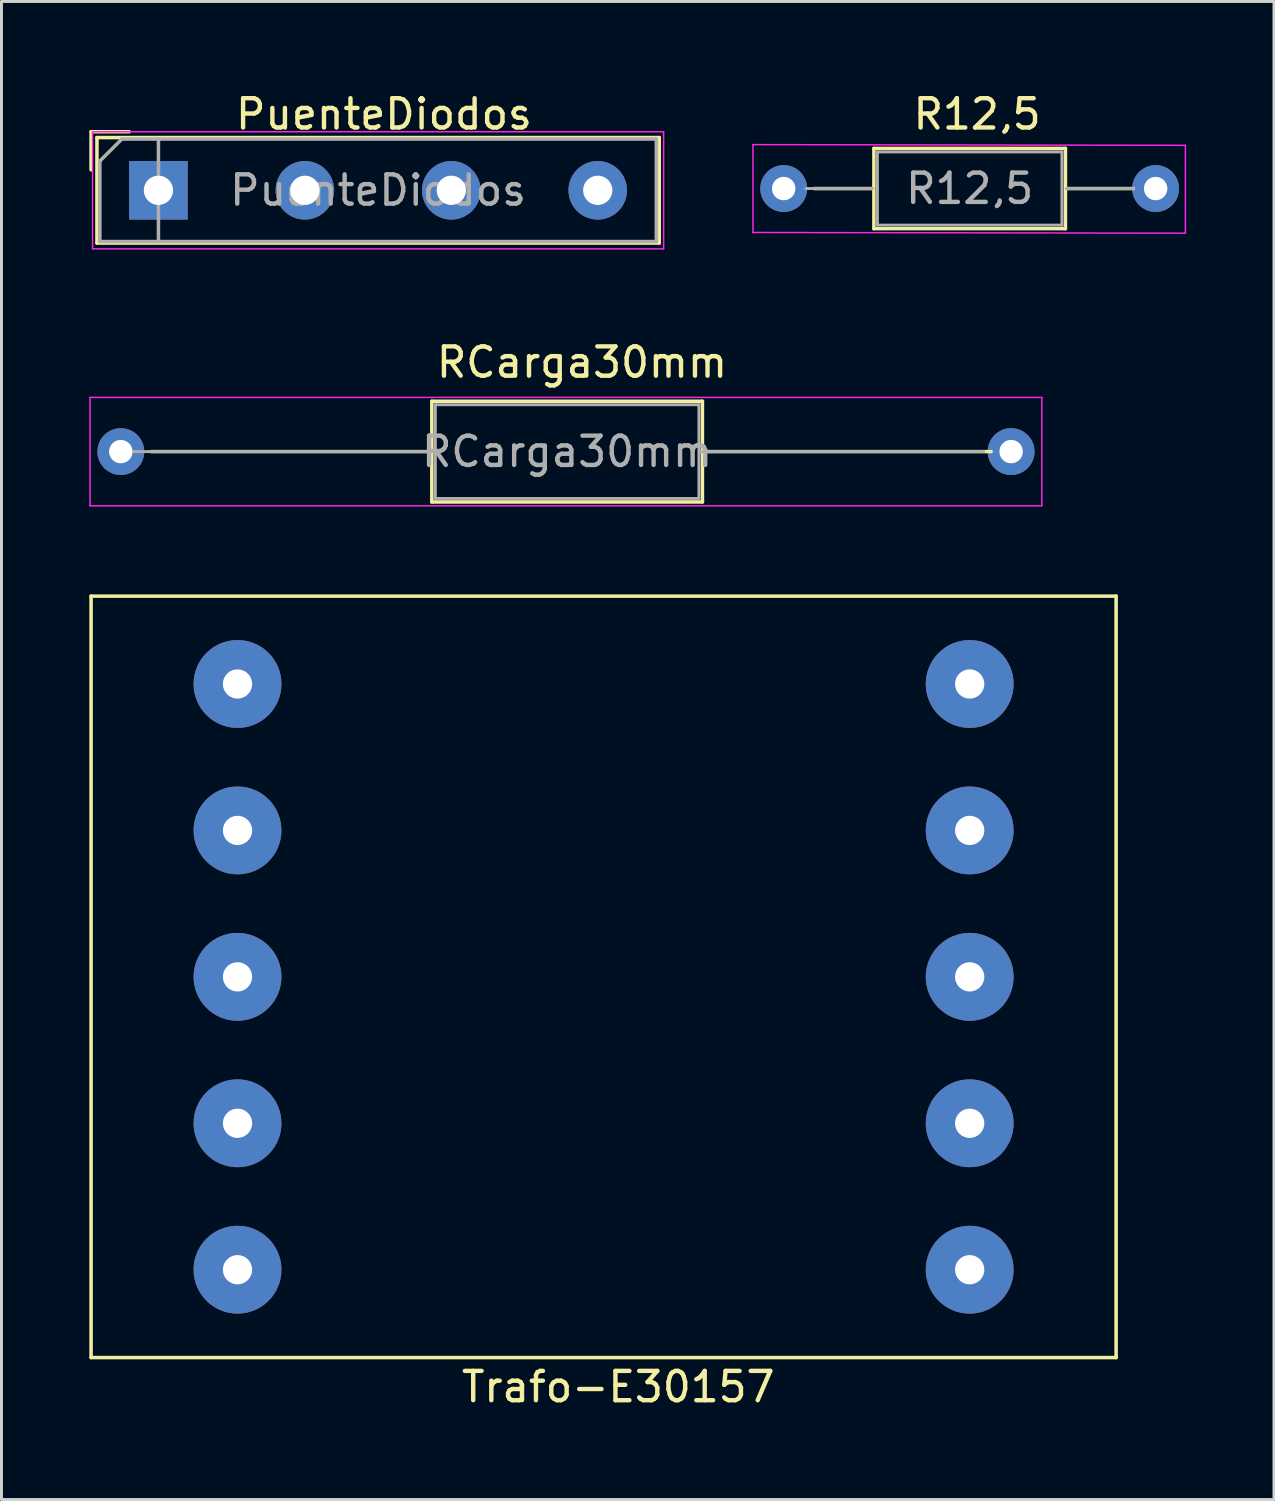
<source format=kicad_pcb>
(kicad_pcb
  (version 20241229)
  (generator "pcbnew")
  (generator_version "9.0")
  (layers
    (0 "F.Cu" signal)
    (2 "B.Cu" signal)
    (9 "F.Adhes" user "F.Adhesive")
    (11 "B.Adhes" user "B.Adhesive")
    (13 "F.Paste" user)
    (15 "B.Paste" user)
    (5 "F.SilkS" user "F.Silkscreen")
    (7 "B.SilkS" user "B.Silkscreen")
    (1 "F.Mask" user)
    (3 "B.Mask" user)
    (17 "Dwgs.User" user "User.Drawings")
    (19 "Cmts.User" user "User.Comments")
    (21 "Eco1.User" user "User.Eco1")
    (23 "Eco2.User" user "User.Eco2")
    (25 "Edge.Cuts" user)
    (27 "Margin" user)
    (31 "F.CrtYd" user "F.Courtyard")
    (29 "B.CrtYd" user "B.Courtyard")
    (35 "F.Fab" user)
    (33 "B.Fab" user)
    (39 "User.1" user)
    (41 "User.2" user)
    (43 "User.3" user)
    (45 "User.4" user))
  (footprint "RCarga30mm"
    (layer "F.Cu")
    (at 1.075 12.37)
    (property "Reference" "RCarga30mm" (at 15.748 -3.048 0) (layer "F.SilkS") (effects (font (size 1 1) (thickness 0.15))))
    (attr through_hole)
    (fp_line (start 1.04 0) (end 10.668 0) (stroke (width 0.12) (type solid)) (layer "F.SilkS"))
    (fp_line (start 10.62 -1.72) (end 10.62 1.72) (stroke (width 0.12) (type solid)) (layer "F.SilkS"))
    (fp_line (start 10.62 1.72) (end 19.86 1.72) (stroke (width 0.12) (type solid)) (layer "F.SilkS"))
    (fp_line (start 19.86 -1.72) (end 10.62 -1.72) (stroke (width 0.12) (type solid)) (layer "F.SilkS"))
    (fp_line (start 19.86 1.72) (end 19.86 -1.72) (stroke (width 0.12) (type solid)) (layer "F.SilkS"))
    (fp_line (start 29.718 0) (end 19.812 0) (stroke (width 0.12) (type solid)) (layer "F.SilkS"))
    (fp_line (start -1.05 -1.85) (end -1.05 1.85) (stroke (width 0.05) (type solid)) (layer "F.CrtYd"))
    (fp_line (start -1.05 1.85) (end 31.45 1.85) (stroke (width 0.05) (type solid)) (layer "F.CrtYd"))
    (fp_line (start 31.45 -1.85) (end -1.05 -1.85) (stroke (width 0.05) (type solid)) (layer "F.CrtYd"))
    (fp_line (start 31.45 1.85) (end 31.45 -1.85) (stroke (width 0.05) (type solid)) (layer "F.CrtYd"))
    (fp_line (start 0 0) (end 10.668 0) (stroke (width 0.1) (type solid)) (layer "F.Fab"))
    (fp_line (start 10.74 -1.6) (end 10.74 1.6) (stroke (width 0.1) (type solid)) (layer "F.Fab"))
    (fp_line (start 10.74 1.6) (end 19.74 1.6) (stroke (width 0.1) (type solid)) (layer "F.Fab"))
    (fp_line (start 19.74 -1.6) (end 10.74 -1.6) (stroke (width 0.1) (type solid)) (layer "F.Fab"))
    (fp_line (start 19.74 1.6) (end 19.74 -1.6) (stroke (width 0.1) (type solid)) (layer "F.Fab"))
    (fp_line (start 29.464 0) (end 19.812 0) (stroke (width 0.1) (type solid)) (layer "F.Fab"))
    (fp_text user "${REFERENCE}" (at 15.24 0 0) (layer "F.Fab") (effects (font (size 1 1) (thickness 0.15))))
    (pad "1" thru_hole circle (at 0 0) (size 1.6 1.6) (drill 0.8) (layers "*.Cu" "*.Mask"))
    (pad "2" thru_hole oval (at 30.4 0) (size 1.6 1.6) (drill 0.8) (layers "*.Cu" "*.Mask")))
  (footprint "PuenteDiodos"
    (layer "F.Cu")
    (at 2.36 3.448)
    (property "Reference" "PuenteDiodos" (at 7.7 -2.6 180) (layer "F.SilkS") (effects (font (size 1 1) (thickness 0.15))))
    (attr through_hole)
    (fp_line (start -2.3 -2) (end -1 -2) (stroke (width 0.12) (type solid)) (layer "F.SilkS"))
    (fp_line (start -2.3 -0.7) (end -2.3 -2) (stroke (width 0.12) (type solid)) (layer "F.SilkS"))
    (fp_line (start -2.1 -1.8) (end 17.1 -1.8) (stroke (width 0.12) (type solid)) (layer "F.SilkS"))
    (fp_line (start -2.1 1.8) (end -2.1 -1.8) (stroke (width 0.12) (type solid)) (layer "F.SilkS"))
    (fp_line (start 17.1 -1.8) (end 17.1 1.8) (stroke (width 0.12) (type solid)) (layer "F.SilkS"))
    (fp_line (start 17.1 1.8) (end -2.1 1.8) (stroke (width 0.12) (type solid)) (layer "F.SilkS"))
    (fp_line (start -2.25 -2) (end -2.25 2) (stroke (width 0.05) (type solid)) (layer "F.CrtYd"))
    (fp_line (start -2.25 -2) (end 17.25 -2) (stroke (width 0.05) (type solid)) (layer "F.CrtYd"))
    (fp_line (start 17.25 2) (end -2.25 2) (stroke (width 0.05) (type solid)) (layer "F.CrtYd"))
    (fp_line (start 17.25 2) (end 17.25 -2) (stroke (width 0.05) (type solid)) (layer "F.CrtYd"))
    (fp_line (start -2 -1) (end -1.25 -1.75) (stroke (width 0.12) (type solid)) (layer "F.Fab"))
    (fp_line (start -2 1.75) (end -2 -1) (stroke (width 0.12) (type solid)) (layer "F.Fab"))
    (fp_line (start -1.25 -1.75) (end 17 -1.75) (stroke (width 0.12) (type solid)) (layer "F.Fab"))
    (fp_line (start 0 -1.75) (end 0 1.75) (stroke (width 0.12) (type solid)) (layer "F.Fab"))
    (fp_line (start 17 -1.75) (end 17 1.75) (stroke (width 0.12) (type solid)) (layer "F.Fab"))
    (fp_line (start 17 1.75) (end -2 1.75) (stroke (width 0.12) (type solid)) (layer "F.Fab"))
    (fp_text user "${REFERENCE}" (at 7.5 0 180) (layer "F.Fab") (effects (font (size 1 1) (thickness 0.15))))
    (pad "1" thru_hole circle (at 15 0) (size 2 2) (drill 1) (layers "*.Cu" "*.Mask"))
    (pad "2" thru_hole circle (at 5 0) (size 2 2) (drill 1) (layers "*.Cu" "*.Mask"))
    (pad "3" thru_hole rect (at 0 0) (size 2 2) (drill 1) (layers "*.Cu" "*.Mask"))
    (pad "4" thru_hole circle (at 10 0) (size 2 2) (drill 1) (layers "*.Cu" "*.Mask")))
  (footprint "Trafo-E30157"
    (layer "F.Cu")
    (at 5.06 20.305)
    (property "Reference" "Trafo-E30157" (at 13 24 0) (layer "F.SilkS") (effects (font (size 1 1) (thickness 0.15))))
    (attr through_hole)
    (fp_line (start -5 -3) (end -5 23) (stroke (width 0.12) (type solid)) (layer "F.SilkS"))
    (fp_line (start -5 23) (end 30 23) (stroke (width 0.12) (type solid)) (layer "F.SilkS"))
    (fp_line (start 30 -3) (end -5 -3) (stroke (width 0.12) (type solid)) (layer "F.SilkS"))
    (fp_line (start 30 23) (end 30 -3) (stroke (width 0.12) (type solid)) (layer "F.SilkS"))
    (pad "1" thru_hole circle (at 0 0) (size 3 3) (drill 1) (layers "*.Cu" "*.Mask"))
    (pad "2" thru_hole circle (at 0 5) (size 3 3) (drill 1) (layers "*.Cu" "*.Mask"))
    (pad "3" thru_hole circle (at 0 10) (size 3 3) (drill 1) (layers "*.Cu" "*.Mask"))
    (pad "4" thru_hole circle (at 0 15) (size 3 3) (drill 1) (layers "*.Cu" "*.Mask"))
    (pad "5" thru_hole circle (at 0 20) (size 3 3) (drill 1) (layers "*.Cu" "*.Mask"))
    (pad "6" thru_hole circle (at 25 20) (size 3 3) (drill 1) (layers "*.Cu" "*.Mask"))
    (pad "7" thru_hole circle (at 25 15) (size 3 3) (drill 1) (layers "*.Cu" "*.Mask"))
    (pad "8" thru_hole circle (at 25 10) (size 3 3) (drill 1) (layers "*.Cu" "*.Mask"))
    (pad "9" thru_hole circle (at 25 5) (size 3 3) (drill 1) (layers "*.Cu" "*.Mask"))
    (pad "10" thru_hole circle (at 25 0) (size 3 3) (drill 1) (layers "*.Cu" "*.Mask")))
  (footprint "R12,5"
    (layer "F.Cu")
    (at 23.71 3.388)
    (property "Reference" "R12,5" (at 6.604 -2.54 0) (layer "F.SilkS") (effects (font (size 1 1) (thickness 0.15))))
    (attr through_hole)
    (fp_line (start 1.04 0) (end 3.048 0) (stroke (width 0.12) (type solid)) (layer "F.SilkS"))
    (fp_line (start 3.08 -1.37) (end 3.08 1.37) (stroke (width 0.12) (type solid)) (layer "F.SilkS"))
    (fp_line (start 3.08 1.37) (end 9.62 1.37) (stroke (width 0.12) (type solid)) (layer "F.SilkS"))
    (fp_line (start 9.62 -1.37) (end 3.08 -1.37) (stroke (width 0.12) (type solid)) (layer "F.SilkS"))
    (fp_line (start 9.62 1.37) (end 9.62 -1.37) (stroke (width 0.12) (type solid)) (layer "F.SilkS"))
    (fp_line (start 11.938 0) (end 9.652 0) (stroke (width 0.12) (type solid)) (layer "F.SilkS"))
    (fp_line (start -1.05 -1.5) (end -1.05 1.5) (stroke (width 0.05) (type solid)) (layer "F.CrtYd"))
    (fp_line (start -1.05 1.5) (end 13.716 1.524) (stroke (width 0.05) (type solid)) (layer "F.CrtYd"))
    (fp_line (start 13.716 -1.476) (end -1.05 -1.5) (stroke (width 0.05) (type solid)) (layer "F.CrtYd"))
    (fp_line (start 13.716 1.524) (end 13.716 -1.476) (stroke (width 0.05) (type solid)) (layer "F.CrtYd"))
    (fp_line (start 0.762 0) (end 3.048 0) (stroke (width 0.1) (type solid)) (layer "F.Fab"))
    (fp_line (start 3.2 -1.25) (end 3.2 1.25) (stroke (width 0.1) (type solid)) (layer "F.Fab"))
    (fp_line (start 3.2 1.25) (end 9.5 1.25) (stroke (width 0.1) (type solid)) (layer "F.Fab"))
    (fp_line (start 9.5 -1.25) (end 3.2 -1.25) (stroke (width 0.1) (type solid)) (layer "F.Fab"))
    (fp_line (start 9.5 1.25) (end 9.5 -1.25) (stroke (width 0.1) (type solid)) (layer "F.Fab"))
    (fp_line (start 11.938 0) (end 9.652 0) (stroke (width 0.1) (type solid)) (layer "F.Fab"))
    (fp_text user "${REFERENCE}" (at 6.35 0 0) (layer "F.Fab") (effects (font (size 1 1) (thickness 0.15))))
    (pad "1" thru_hole circle (at 0 0) (size 1.6 1.6) (drill 0.8) (layers "*.Cu" "*.Mask"))
    (pad "2" thru_hole oval (at 12.7 0) (size 1.6 1.6) (drill 0.8) (layers "*.Cu" "*.Mask")))
  (gr_rect
    (start -3 -3)
    (end 40.451 48.153)
    (stroke (width 0.1) (type default))
    (fill no)
    (layer "Edge.Cuts")))
</source>
